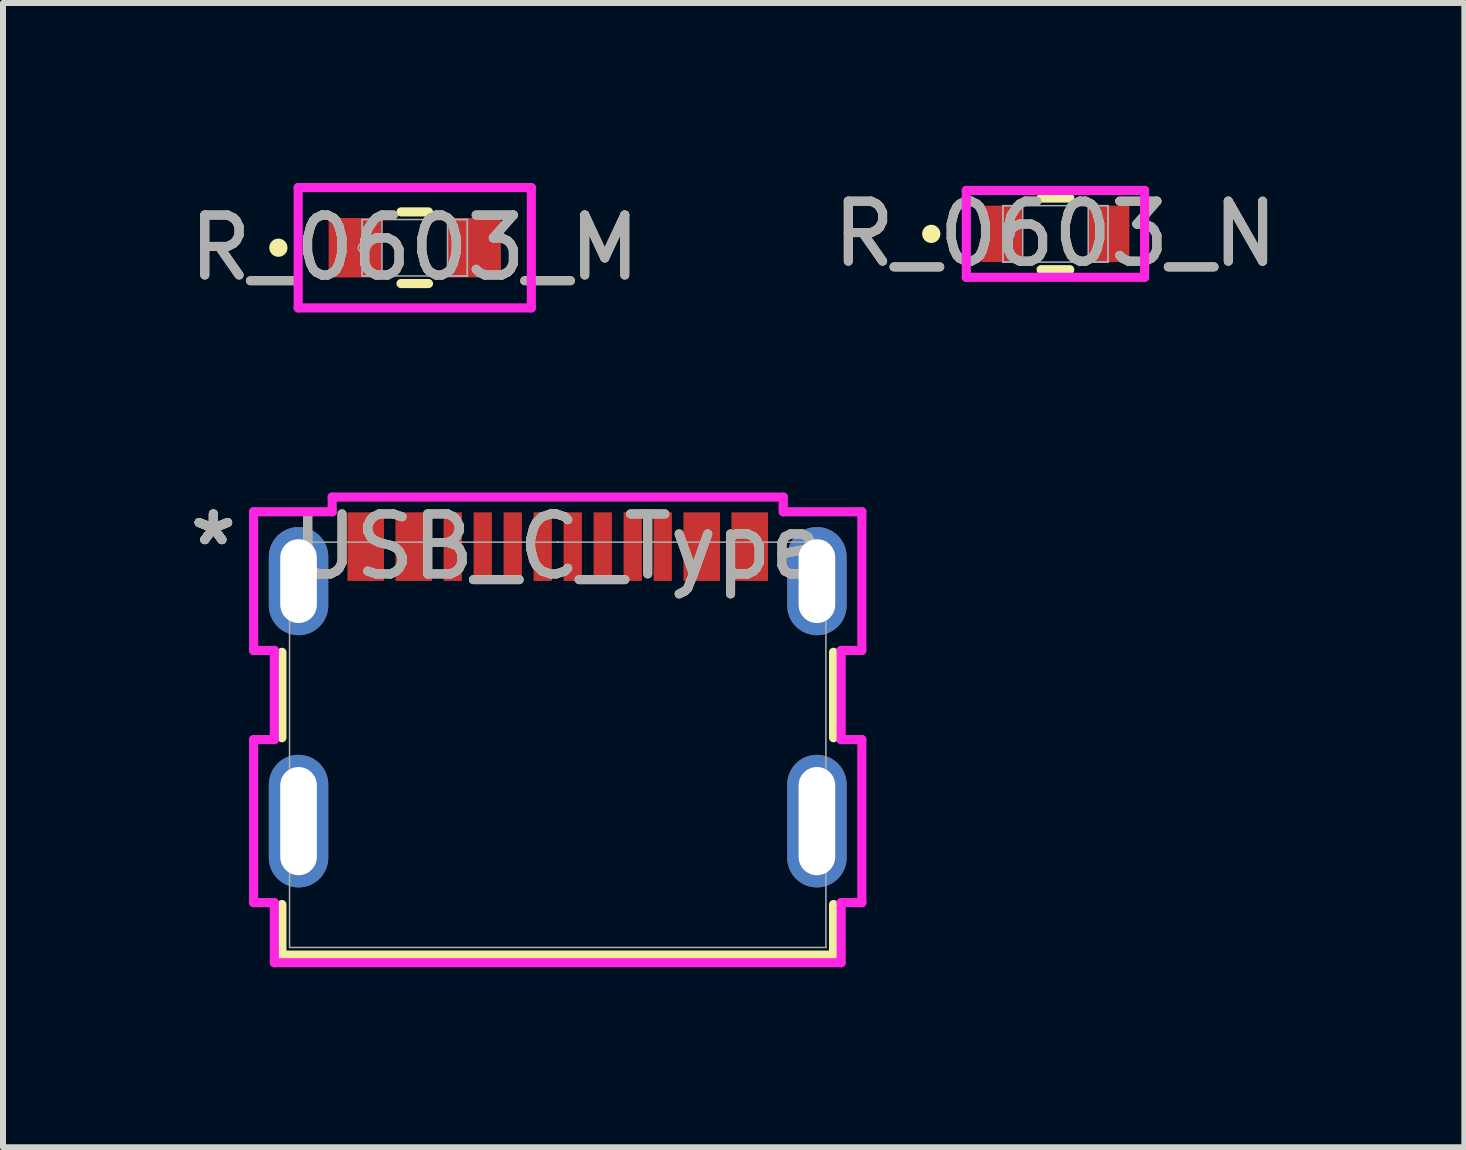
<source format=kicad_pcb>
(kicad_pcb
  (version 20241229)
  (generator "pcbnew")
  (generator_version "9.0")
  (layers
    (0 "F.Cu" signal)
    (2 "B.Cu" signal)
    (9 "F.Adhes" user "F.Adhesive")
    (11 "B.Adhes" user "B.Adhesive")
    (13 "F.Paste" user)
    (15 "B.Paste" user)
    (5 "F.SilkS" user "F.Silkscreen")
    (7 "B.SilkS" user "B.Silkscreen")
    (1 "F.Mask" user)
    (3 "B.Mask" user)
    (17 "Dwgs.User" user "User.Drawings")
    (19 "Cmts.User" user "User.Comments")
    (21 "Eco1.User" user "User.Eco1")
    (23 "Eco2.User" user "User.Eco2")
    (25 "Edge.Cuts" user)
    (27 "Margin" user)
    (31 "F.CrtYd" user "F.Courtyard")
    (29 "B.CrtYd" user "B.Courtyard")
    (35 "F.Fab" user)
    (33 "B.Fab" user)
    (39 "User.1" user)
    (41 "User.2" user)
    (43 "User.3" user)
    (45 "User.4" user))
  (footprint "R_0603_M"
    (layer "F.Cu")
    (at 3.863 1.079)
    (property "Reference" "R_0603_M" (at 0 0 0) (unlocked yes) (layer "F.SilkS") (effects (font (size 1 1) (thickness 0.15))))
    (attr smd)
    (fp_line (start -0.229 0.597) (end 0.229 0.597) (stroke (width 0.152) (type solid)) (layer "F.SilkS"))
    (fp_line (start 0.229 -0.597) (end -0.229 -0.597) (stroke (width 0.152) (type solid)) (layer "F.SilkS"))
    (fp_circle (center -2.273 0) (end -2.197 0) (stroke (width 0.152) (type solid)) (fill no) (layer "F.SilkS"))
    (fp_line (start -1.943 -1.003) (end 1.943 -1.003) (stroke (width 0.152) (type solid)) (layer "F.CrtYd"))
    (fp_line (start -1.943 1.003) (end -1.943 -1.003) (stroke (width 0.152) (type solid)) (layer "F.CrtYd"))
    (fp_line (start 1.943 -1.003) (end 1.943 1.003) (stroke (width 0.152) (type solid)) (layer "F.CrtYd"))
    (fp_line (start 1.943 1.003) (end -1.943 1.003) (stroke (width 0.152) (type solid)) (layer "F.CrtYd"))
    (fp_line (start -0.876 -0.47) (end -0.876 0.47) (stroke (width 0.025) (type solid)) (layer "F.Fab"))
    (fp_line (start -0.876 -0.47) (end -0.876 0.47) (stroke (width 0.025) (type solid)) (layer "F.Fab"))
    (fp_line (start -0.876 0.47) (end -0.546 0.47) (stroke (width 0.025) (type solid)) (layer "F.Fab"))
    (fp_line (start -0.876 0.47) (end 0.876 0.47) (stroke (width 0.025) (type solid)) (layer "F.Fab"))
    (fp_line (start -0.546 -0.47) (end -0.876 -0.47) (stroke (width 0.025) (type solid)) (layer "F.Fab"))
    (fp_line (start -0.546 0.47) (end -0.546 -0.47) (stroke (width 0.025) (type solid)) (layer "F.Fab"))
    (fp_line (start 0.546 -0.47) (end 0.546 0.47) (stroke (width 0.025) (type solid)) (layer "F.Fab"))
    (fp_line (start 0.546 0.47) (end 0.876 0.47) (stroke (width 0.025) (type solid)) (layer "F.Fab"))
    (fp_line (start 0.876 -0.47) (end -0.876 -0.47) (stroke (width 0.025) (type solid)) (layer "F.Fab"))
    (fp_line (start 0.876 -0.47) (end 0.546 -0.47) (stroke (width 0.025) (type solid)) (layer "F.Fab"))
    (fp_line (start 0.876 0.47) (end 0.876 -0.47) (stroke (width 0.025) (type solid)) (layer "F.Fab"))
    (fp_line (start 0.876 0.47) (end 0.876 -0.47) (stroke (width 0.025) (type solid)) (layer "F.Fab"))
    (fp_circle (center -0.864 0) (end -0.787 0) (stroke (width 0.025) (type solid)) (fill no) (layer "F.Fab"))
    (fp_text user "${REFERENCE}" (at 0 0 0) (unlocked yes) (layer "F.Fab") (effects (font (size 1 1) (thickness 0.15))))
    (pad "1" smd rect (at -0.991 0) (size 0.889 0.991) (layers "F.Cu" "F.Mask" "F.Paste"))
    (pad "2" smd rect (at 0.991 0) (size 0.889 0.991) (layers "F.Cu" "F.Mask" "F.Paste"))
    (zone (net_name "") (layer "F.Cu") (hatch full 0.508) (connect_pads) (min_thickness 0.254) (filled_areas_thickness no) (keepout (tracks not_allowed) (vias not_allowed) (pads allowed) (copperpour not_allowed) (footprints allowed)) (placement (enabled no)) (fill) (polygon (pts (xy 3.368 0.66) (xy 4.358 0.66) (xy 4.358 1.499) (xy 3.368 1.499)))))
  (footprint "R_0603_N"
    (layer "F.Cu")
    (at 14.542 0.848)
    (property "Reference" "R_0603_N" (at 0 0 0) (unlocked yes) (layer "F.SilkS") (effects (font (size 1 1) (thickness 0.15))))
    (attr smd)
    (fp_line (start -0.239 0.597) (end 0.239 0.597) (stroke (width 0.152) (type solid)) (layer "F.SilkS"))
    (fp_line (start 0.239 -0.597) (end -0.239 -0.597) (stroke (width 0.152) (type solid)) (layer "F.SilkS"))
    (fp_circle (center -2.07 0) (end -1.994 0) (stroke (width 0.152) (type solid)) (fill no) (layer "F.SilkS"))
    (fp_line (start -1.486 -0.724) (end 1.486 -0.724) (stroke (width 0.152) (type solid)) (layer "F.CrtYd"))
    (fp_line (start -1.486 0.724) (end -1.486 -0.724) (stroke (width 0.152) (type solid)) (layer "F.CrtYd"))
    (fp_line (start 1.486 -0.724) (end 1.486 0.724) (stroke (width 0.152) (type solid)) (layer "F.CrtYd"))
    (fp_line (start 1.486 0.724) (end -1.486 0.724) (stroke (width 0.152) (type solid)) (layer "F.CrtYd"))
    (fp_line (start -0.876 -0.47) (end -0.876 0.47) (stroke (width 0.025) (type solid)) (layer "F.Fab"))
    (fp_line (start -0.876 -0.47) (end -0.876 0.47) (stroke (width 0.025) (type solid)) (layer "F.Fab"))
    (fp_line (start -0.876 0.47) (end -0.546 0.47) (stroke (width 0.025) (type solid)) (layer "F.Fab"))
    (fp_line (start -0.876 0.47) (end 0.876 0.47) (stroke (width 0.025) (type solid)) (layer "F.Fab"))
    (fp_line (start -0.546 -0.47) (end -0.876 -0.47) (stroke (width 0.025) (type solid)) (layer "F.Fab"))
    (fp_line (start -0.546 0.47) (end -0.546 -0.47) (stroke (width 0.025) (type solid)) (layer "F.Fab"))
    (fp_line (start 0.546 -0.47) (end 0.546 0.47) (stroke (width 0.025) (type solid)) (layer "F.Fab"))
    (fp_line (start 0.546 0.47) (end 0.876 0.47) (stroke (width 0.025) (type solid)) (layer "F.Fab"))
    (fp_line (start 0.876 -0.47) (end -0.876 -0.47) (stroke (width 0.025) (type solid)) (layer "F.Fab"))
    (fp_line (start 0.876 -0.47) (end 0.546 -0.47) (stroke (width 0.025) (type solid)) (layer "F.Fab"))
    (fp_line (start 0.876 0.47) (end 0.876 -0.47) (stroke (width 0.025) (type solid)) (layer "F.Fab"))
    (fp_line (start 0.876 0.47) (end 0.876 -0.47) (stroke (width 0.025) (type solid)) (layer "F.Fab"))
    (fp_circle (center -0.762 0) (end -0.686 0) (stroke (width 0.025) (type solid)) (fill no) (layer "F.Fab"))
    (fp_text user "${REFERENCE}" (at 0 0 0) (unlocked yes) (layer "F.Fab") (effects (font (size 1 1) (thickness 0.15))))
    (pad "1" smd rect (at -0.889 0) (size 0.686 0.94) (layers "F.Cu" "F.Mask" "F.Paste"))
    (pad "2" smd rect (at 0.889 0) (size 0.686 0.94) (layers "F.Cu" "F.Mask" "F.Paste"))
    (zone (net_name "") (layer "F.Cu") (hatch full 0.508) (connect_pads) (min_thickness 0.254) (filled_areas_thickness no) (keepout (tracks not_allowed) (vias not_allowed) (pads allowed) (copperpour not_allowed) (footprints allowed)) (placement (enabled no)) (fill) (polygon (pts (xy 14.046 0.429) (xy 15.037 0.429) (xy 15.037 1.267) (xy 14.046 1.267)))))
  (footprint "USB_C_Type"
    (layer "F.Cu")
    (at 6.246 9.364)
    (property "Reference" "USB_C_Type" (at 0 -3.303 0) (unlocked yes) (layer "F.SilkS") (effects (font (size 1 1) (thickness 0.15))))
    (attr smd)
    (fp_line (start -4.597 -1.542) (end -4.597 -0.118) (stroke (width 0.152) (type solid)) (layer "F.SilkS"))
    (fp_line (start -4.597 2.662) (end -4.597 3.505) (stroke (width 0.152) (type solid)) (layer "F.SilkS"))
    (fp_line (start -4.597 3.505) (end 4.597 3.505) (stroke (width 0.152) (type solid)) (layer "F.SilkS"))
    (fp_line (start 4.597 -0.118) (end 4.597 -1.542) (stroke (width 0.152) (type solid)) (layer "F.SilkS"))
    (fp_line (start 4.597 3.505) (end 4.597 2.662) (stroke (width 0.152) (type solid)) (layer "F.SilkS"))
    (fp_line (start -5.069 -3.884) (end -5.069 -1.573) (stroke (width 0.152) (type solid)) (layer "F.CrtYd"))
    (fp_line (start -5.069 -1.573) (end -4.724 -1.573) (stroke (width 0.152) (type solid)) (layer "F.CrtYd"))
    (fp_line (start -5.069 -0.087) (end -5.069 2.631) (stroke (width 0.152) (type solid)) (layer "F.CrtYd"))
    (fp_line (start -5.069 2.631) (end -4.724 2.631) (stroke (width 0.152) (type solid)) (layer "F.CrtYd"))
    (fp_line (start -4.724 -1.573) (end -4.724 -0.087) (stroke (width 0.152) (type solid)) (layer "F.CrtYd"))
    (fp_line (start -4.724 -0.087) (end -5.069 -0.087) (stroke (width 0.152) (type solid)) (layer "F.CrtYd"))
    (fp_line (start -4.724 2.631) (end -4.724 3.632) (stroke (width 0.152) (type solid)) (layer "F.CrtYd"))
    (fp_line (start -4.724 3.632) (end 4.724 3.632) (stroke (width 0.152) (type solid)) (layer "F.CrtYd"))
    (fp_line (start -3.759 -4.129) (end -3.759 -3.884) (stroke (width 0.152) (type solid)) (layer "F.CrtYd"))
    (fp_line (start -3.759 -3.884) (end -5.069 -3.884) (stroke (width 0.152) (type solid)) (layer "F.CrtYd"))
    (fp_line (start 3.759 -4.129) (end -3.759 -4.129) (stroke (width 0.152) (type solid)) (layer "F.CrtYd"))
    (fp_line (start 3.759 -3.884) (end 3.759 -4.129) (stroke (width 0.152) (type solid)) (layer "F.CrtYd"))
    (fp_line (start 4.724 -1.573) (end 5.069 -1.573) (stroke (width 0.152) (type solid)) (layer "F.CrtYd"))
    (fp_line (start 4.724 -0.087) (end 4.724 -1.573) (stroke (width 0.152) (type solid)) (layer "F.CrtYd"))
    (fp_line (start 4.724 2.631) (end 5.069 2.631) (stroke (width 0.152) (type solid)) (layer "F.CrtYd"))
    (fp_line (start 4.724 3.632) (end 4.724 2.631) (stroke (width 0.152) (type solid)) (layer "F.CrtYd"))
    (fp_line (start 5.069 -3.884) (end 3.759 -3.884) (stroke (width 0.152) (type solid)) (layer "F.CrtYd"))
    (fp_line (start 5.069 -1.573) (end 5.069 -3.884) (stroke (width 0.152) (type solid)) (layer "F.CrtYd"))
    (fp_line (start 5.069 -0.087) (end 4.724 -0.087) (stroke (width 0.152) (type solid)) (layer "F.CrtYd"))
    (fp_line (start 5.069 2.631) (end 5.069 -0.087) (stroke (width 0.152) (type solid)) (layer "F.CrtYd"))
    (fp_line (start -4.47 -3.378) (end -4.47 3.378) (stroke (width 0.025) (type solid)) (layer "F.Fab"))
    (fp_line (start -4.47 3.378) (end 4.47 3.378) (stroke (width 0.025) (type solid)) (layer "F.Fab"))
    (fp_line (start 0 -3.378) (end 0 -3.378) (stroke (width 0.025) (type solid)) (layer "F.Fab"))
    (fp_line (start 0 -3.378) (end 0 -3.378) (stroke (width 0.025) (type solid)) (layer "F.Fab"))
    (fp_line (start 0 -3.378) (end 0 -3.378) (stroke (width 0.025) (type solid)) (layer "F.Fab"))
    (fp_line (start 0 -3.378) (end 0 -3.378) (stroke (width 0.025) (type solid)) (layer "F.Fab"))
    (fp_line (start 4.47 -3.378) (end -4.47 -3.378) (stroke (width 0.025) (type solid)) (layer "F.Fab"))
    (fp_line (start 4.47 3.378) (end 4.47 -3.378) (stroke (width 0.025) (type solid)) (layer "F.Fab"))
    (fp_text user "*" (at -5.74 -3.303 0) (unlocked yes) (layer "F.SilkS") (effects (font (size 1 1) (thickness 0.15))))
    (fp_text user "*" (at -5.74 -3.303 0) (layer "F.SilkS") (effects (font (size 1 1) (thickness 0.15))))
    (fp_text user "${REFERENCE}" (at 0 -3.303 0) (unlocked yes) (layer "F.Fab") (effects (font (size 1 1) (thickness 0.15))))
    (fp_text user "*" (at -5.74 -3.303 0) (layer "F.Fab") (effects (font (size 1 1) (thickness 0.15))))
    (fp_text user "*" (at -5.74 -3.303 0) (unlocked yes) (layer "F.Fab") (effects (font (size 1 1) (thickness 0.15))))
    (pad "" np_thru_hole oval (at -4.32 -2.728) (size 0.991 1.803) (drill oval 0.61 1.397) (layers "*.Cu" "*.Mask"))
    (pad "" np_thru_hole oval (at -4.32 1.272) (size 0.991 2.21) (drill oval 0.61 1.803) (layers "*.Cu" "*.Mask"))
    (pad "" np_thru_hole oval (at 4.32 -2.728) (size 0.991 1.803) (drill oval 0.61 1.397) (layers "*.Cu" "*.Mask"))
    (pad "" np_thru_hole oval (at 4.32 1.272) (size 0.991 2.21) (drill oval 0.61 1.803) (layers "*.Cu" "*.Mask"))
    (pad "A1/B12" smd rect (at -3.2 -3.303) (size 0.61 1.143) (layers "F.Cu" "F.Mask" "F.Paste"))
    (pad "A4/B9" smd rect (at -2.4 -3.303) (size 0.61 1.143) (layers "F.Cu" "F.Mask" "F.Paste"))
    (pad "A5" smd rect (at -1.25 -3.303) (size 0.305 1.143) (layers "F.Cu" "F.Mask" "F.Paste"))
    (pad "A6" smd rect (at -0.25 -3.303) (size 0.305 1.143) (layers "F.Cu" "F.Mask" "F.Paste"))
    (pad "A7" smd rect (at 0.25 -3.303) (size 0.305 1.143) (layers "F.Cu" "F.Mask" "F.Paste"))
    (pad "A8" smd rect (at 1.25 -3.303) (size 0.305 1.143) (layers "F.Cu" "F.Mask" "F.Paste"))
    (pad "B1/A12" smd rect (at 3.2 -3.303) (size 0.61 1.143) (layers "F.Cu" "F.Mask" "F.Paste"))
    (pad "B4/A9" smd rect (at 2.4 -3.303) (size 0.61 1.143) (layers "F.Cu" "F.Mask" "F.Paste"))
    (pad "B5" smd rect (at 1.75 -3.303) (size 0.305 1.143) (layers "F.Cu" "F.Mask" "F.Paste"))
    (pad "B6" smd rect (at 0.75 -3.303) (size 0.305 1.143) (layers "F.Cu" "F.Mask" "F.Paste"))
    (pad "B7" smd rect (at -0.75 -3.303) (size 0.305 1.143) (layers "F.Cu" "F.Mask" "F.Paste"))
    (pad "B8" smd rect (at -1.75 -3.303) (size 0.305 1.143) (layers "F.Cu" "F.Mask" "F.Paste")))
  (gr_rect
    (start -3 -3)
    (end 21.357 16.072)
    (stroke (width 0.1) (type default))
    (fill no)
    (layer "Edge.Cuts")))
</source>
